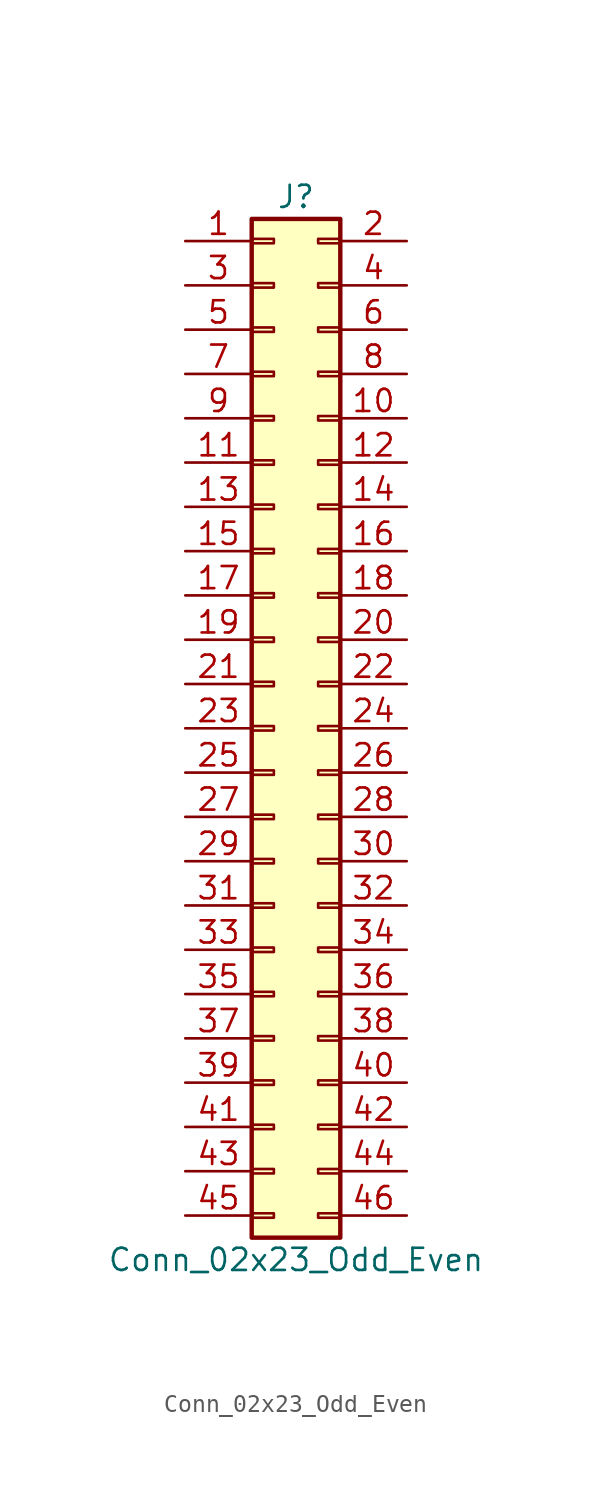
<source format=kicad_sym>
(kicad_symbol_lib
  (version 20201005)
  (generator kicad_symbol_editor)
  (symbol "Conn_02x23_Odd_Even"
    (pin_names
      (offset 1.016) hide)
    (property "Reference" "J"
      (at 1.27 30.48 0)
      (effects (font (size 1.27 1.27))))
    (property "Value" "Conn_02x23_Odd_Even"
      (at 1.27 -30.48 0)
      (effects (font (size 1.27 1.27))))
    (symbol "Conn_02x23_Odd_Even_1_1"
      (rectangle (start -1.27 -27.813) (end 0 -28.067) (stroke (width 0.152)) (fill (type none)))
      (rectangle (start -1.27 -25.273) (end 0 -25.527) (stroke (width 0.152)) (fill (type none)))
      (rectangle (start -1.27 -22.733) (end 0 -22.987) (stroke (width 0.152)) (fill (type none)))
      (rectangle (start -1.27 -20.193) (end 0 -20.447) (stroke (width 0.152)) (fill (type none)))
      (rectangle (start -1.27 -17.653) (end 0 -17.907) (stroke (width 0.152)) (fill (type none)))
      (rectangle (start -1.27 -15.113) (end 0 -15.367) (stroke (width 0.152)) (fill (type none)))
      (rectangle (start -1.27 -12.573) (end 0 -12.827) (stroke (width 0.152)) (fill (type none)))
      (rectangle (start -1.27 -10.033) (end 0 -10.287) (stroke (width 0.152)) (fill (type none)))
      (rectangle (start -1.27 -7.493) (end 0 -7.747) (stroke (width 0.152)) (fill (type none)))
      (rectangle (start -1.27 -4.953) (end 0 -5.207) (stroke (width 0.152)) (fill (type none)))
      (rectangle (start -1.27 -2.413) (end 0 -2.667) (stroke (width 0.152)) (fill (type none)))
      (rectangle (start -1.27 0.127) (end 0 -0.127) (stroke (width 0.152)) (fill (type none)))
      (rectangle (start -1.27 2.667) (end 0 2.413) (stroke (width 0.152)) (fill (type none)))
      (rectangle (start -1.27 5.207) (end 0 4.953) (stroke (width 0.152)) (fill (type none)))
      (rectangle (start -1.27 7.747) (end 0 7.493) (stroke (width 0.152)) (fill (type none)))
      (rectangle (start -1.27 10.287) (end 0 10.033) (stroke (width 0.152)) (fill (type none)))
      (rectangle (start -1.27 12.827) (end 0 12.573) (stroke (width 0.152)) (fill (type none)))
      (rectangle (start -1.27 15.367) (end 0 15.113) (stroke (width 0.152)) (fill (type none)))
      (rectangle (start -1.27 17.907) (end 0 17.653) (stroke (width 0.152)) (fill (type none)))
      (rectangle (start -1.27 20.447) (end 0 20.193) (stroke (width 0.152)) (fill (type none)))
      (rectangle (start -1.27 22.987) (end 0 22.733) (stroke (width 0.152)) (fill (type none)))
      (rectangle (start -1.27 25.527) (end 0 25.273) (stroke (width 0.152)) (fill (type none)))
      (rectangle (start -1.27 28.067) (end 0 27.813) (stroke (width 0.152)) (fill (type none)))
      (rectangle (start 3.81 -27.813) (end 2.54 -28.067) (stroke (width 0.152)) (fill (type none)))
      (rectangle (start 3.81 -25.273) (end 2.54 -25.527) (stroke (width 0.152)) (fill (type none)))
      (rectangle (start 3.81 -22.733) (end 2.54 -22.987) (stroke (width 0.152)) (fill (type none)))
      (rectangle (start 3.81 -20.193) (end 2.54 -20.447) (stroke (width 0.152)) (fill (type none)))
      (rectangle (start 3.81 -17.653) (end 2.54 -17.907) (stroke (width 0.152)) (fill (type none)))
      (rectangle (start 3.81 -15.113) (end 2.54 -15.367) (stroke (width 0.152)) (fill (type none)))
      (rectangle (start 3.81 -12.573) (end 2.54 -12.827) (stroke (width 0.152)) (fill (type none)))
      (rectangle (start 3.81 -10.033) (end 2.54 -10.287) (stroke (width 0.152)) (fill (type none)))
      (rectangle (start 3.81 -7.493) (end 2.54 -7.747) (stroke (width 0.152)) (fill (type none)))
      (rectangle (start 3.81 -4.953) (end 2.54 -5.207) (stroke (width 0.152)) (fill (type none)))
      (rectangle (start 3.81 -2.413) (end 2.54 -2.667) (stroke (width 0.152)) (fill (type none)))
      (rectangle (start 3.81 0.127) (end 2.54 -0.127) (stroke (width 0.152)) (fill (type none)))
      (rectangle (start 3.81 2.667) (end 2.54 2.413) (stroke (width 0.152)) (fill (type none)))
      (rectangle (start 3.81 5.207) (end 2.54 4.953) (stroke (width 0.152)) (fill (type none)))
      (rectangle (start 3.81 7.747) (end 2.54 7.493) (stroke (width 0.152)) (fill (type none)))
      (rectangle (start 3.81 10.287) (end 2.54 10.033) (stroke (width 0.152)) (fill (type none)))
      (rectangle (start 3.81 12.827) (end 2.54 12.573) (stroke (width 0.152)) (fill (type none)))
      (rectangle (start 3.81 15.367) (end 2.54 15.113) (stroke (width 0.152)) (fill (type none)))
      (rectangle (start 3.81 17.907) (end 2.54 17.653) (stroke (width 0.152)) (fill (type none)))
      (rectangle (start 3.81 20.447) (end 2.54 20.193) (stroke (width 0.152)) (fill (type none)))
      (rectangle (start 3.81 22.987) (end 2.54 22.733) (stroke (width 0.152)) (fill (type none)))
      (rectangle (start 3.81 25.527) (end 2.54 25.273) (stroke (width 0.152)) (fill (type none)))
      (rectangle (start 3.81 28.067) (end 2.54 27.813) (stroke (width 0.152)) (fill (type none)))
      (rectangle (start -1.27 29.21) (end 3.81 -29.21) (stroke (width 0.254)) (fill (type background)))
      (pin passive line (at -5.08 27.94 0) (length 3.81) (name "Pin_1" (effects (font (size 1.27 1.27)))) (number "1" (effects (font (size 1.27 1.27)))))
      (pin passive line (at 7.62 17.78 180) (length 3.81) (name "Pin_10" (effects (font (size 1.27 1.27)))) (number "10" (effects (font (size 1.27 1.27)))))
      (pin passive line (at -5.08 15.24 0) (length 3.81) (name "Pin_11" (effects (font (size 1.27 1.27)))) (number "11" (effects (font (size 1.27 1.27)))))
      (pin passive line (at 7.62 15.24 180) (length 3.81) (name "Pin_12" (effects (font (size 1.27 1.27)))) (number "12" (effects (font (size 1.27 1.27)))))
      (pin passive line (at -5.08 12.7 0) (length 3.81) (name "Pin_13" (effects (font (size 1.27 1.27)))) (number "13" (effects (font (size 1.27 1.27)))))
      (pin passive line (at 7.62 12.7 180) (length 3.81) (name "Pin_14" (effects (font (size 1.27 1.27)))) (number "14" (effects (font (size 1.27 1.27)))))
      (pin passive line (at -5.08 10.16 0) (length 3.81) (name "Pin_15" (effects (font (size 1.27 1.27)))) (number "15" (effects (font (size 1.27 1.27)))))
      (pin passive line (at 7.62 10.16 180) (length 3.81) (name "Pin_16" (effects (font (size 1.27 1.27)))) (number "16" (effects (font (size 1.27 1.27)))))
      (pin passive line (at -5.08 7.62 0) (length 3.81) (name "Pin_17" (effects (font (size 1.27 1.27)))) (number "17" (effects (font (size 1.27 1.27)))))
      (pin passive line (at 7.62 7.62 180) (length 3.81) (name "Pin_18" (effects (font (size 1.27 1.27)))) (number "18" (effects (font (size 1.27 1.27)))))
      (pin passive line (at -5.08 5.08 0) (length 3.81) (name "Pin_19" (effects (font (size 1.27 1.27)))) (number "19" (effects (font (size 1.27 1.27)))))
      (pin passive line (at 7.62 27.94 180) (length 3.81) (name "Pin_2" (effects (font (size 1.27 1.27)))) (number "2" (effects (font (size 1.27 1.27)))))
      (pin passive line (at 7.62 5.08 180) (length 3.81) (name "Pin_20" (effects (font (size 1.27 1.27)))) (number "20" (effects (font (size 1.27 1.27)))))
      (pin passive line (at -5.08 2.54 0) (length 3.81) (name "Pin_21" (effects (font (size 1.27 1.27)))) (number "21" (effects (font (size 1.27 1.27)))))
      (pin passive line (at 7.62 2.54 180) (length 3.81) (name "Pin_22" (effects (font (size 1.27 1.27)))) (number "22" (effects (font (size 1.27 1.27)))))
      (pin passive line (at -5.08 0 0) (length 3.81) (name "Pin_23" (effects (font (size 1.27 1.27)))) (number "23" (effects (font (size 1.27 1.27)))))
      (pin passive line (at 7.62 0 180) (length 3.81) (name "Pin_24" (effects (font (size 1.27 1.27)))) (number "24" (effects (font (size 1.27 1.27)))))
      (pin passive line (at -5.08 -2.54 0) (length 3.81) (name "Pin_25" (effects (font (size 1.27 1.27)))) (number "25" (effects (font (size 1.27 1.27)))))
      (pin passive line (at 7.62 -2.54 180) (length 3.81) (name "Pin_26" (effects (font (size 1.27 1.27)))) (number "26" (effects (font (size 1.27 1.27)))))
      (pin passive line (at -5.08 -5.08 0) (length 3.81) (name "Pin_27" (effects (font (size 1.27 1.27)))) (number "27" (effects (font (size 1.27 1.27)))))
      (pin passive line (at 7.62 -5.08 180) (length 3.81) (name "Pin_28" (effects (font (size 1.27 1.27)))) (number "28" (effects (font (size 1.27 1.27)))))
      (pin passive line (at -5.08 -7.62 0) (length 3.81) (name "Pin_29" (effects (font (size 1.27 1.27)))) (number "29" (effects (font (size 1.27 1.27)))))
      (pin passive line (at -5.08 25.4 0) (length 3.81) (name "Pin_3" (effects (font (size 1.27 1.27)))) (number "3" (effects (font (size 1.27 1.27)))))
      (pin passive line (at 7.62 -7.62 180) (length 3.81) (name "Pin_30" (effects (font (size 1.27 1.27)))) (number "30" (effects (font (size 1.27 1.27)))))
      (pin passive line (at -5.08 -10.16 0) (length 3.81) (name "Pin_31" (effects (font (size 1.27 1.27)))) (number "31" (effects (font (size 1.27 1.27)))))
      (pin passive line (at 7.62 -10.16 180) (length 3.81) (name "Pin_32" (effects (font (size 1.27 1.27)))) (number "32" (effects (font (size 1.27 1.27)))))
      (pin passive line (at -5.08 -12.7 0) (length 3.81) (name "Pin_33" (effects (font (size 1.27 1.27)))) (number "33" (effects (font (size 1.27 1.27)))))
      (pin passive line (at 7.62 -12.7 180) (length 3.81) (name "Pin_34" (effects (font (size 1.27 1.27)))) (number "34" (effects (font (size 1.27 1.27)))))
      (pin passive line (at -5.08 -15.24 0) (length 3.81) (name "Pin_35" (effects (font (size 1.27 1.27)))) (number "35" (effects (font (size 1.27 1.27)))))
      (pin passive line (at 7.62 -15.24 180) (length 3.81) (name "Pin_36" (effects (font (size 1.27 1.27)))) (number "36" (effects (font (size 1.27 1.27)))))
      (pin passive line (at -5.08 -17.78 0) (length 3.81) (name "Pin_37" (effects (font (size 1.27 1.27)))) (number "37" (effects (font (size 1.27 1.27)))))
      (pin passive line (at 7.62 -17.78 180) (length 3.81) (name "Pin_38" (effects (font (size 1.27 1.27)))) (number "38" (effects (font (size 1.27 1.27)))))
      (pin passive line (at -5.08 -20.32 0) (length 3.81) (name "Pin_39" (effects (font (size 1.27 1.27)))) (number "39" (effects (font (size 1.27 1.27)))))
      (pin passive line (at 7.62 25.4 180) (length 3.81) (name "Pin_4" (effects (font (size 1.27 1.27)))) (number "4" (effects (font (size 1.27 1.27)))))
      (pin passive line (at 7.62 -20.32 180) (length 3.81) (name "Pin_40" (effects (font (size 1.27 1.27)))) (number "40" (effects (font (size 1.27 1.27)))))
      (pin passive line (at -5.08 -22.86 0) (length 3.81) (name "Pin_41" (effects (font (size 1.27 1.27)))) (number "41" (effects (font (size 1.27 1.27)))))
      (pin passive line (at 7.62 -22.86 180) (length 3.81) (name "Pin_42" (effects (font (size 1.27 1.27)))) (number "42" (effects (font (size 1.27 1.27)))))
      (pin passive line (at -5.08 -25.4 0) (length 3.81) (name "Pin_43" (effects (font (size 1.27 1.27)))) (number "43" (effects (font (size 1.27 1.27)))))
      (pin passive line (at 7.62 -25.4 180) (length 3.81) (name "Pin_44" (effects (font (size 1.27 1.27)))) (number "44" (effects (font (size 1.27 1.27)))))
      (pin passive line (at -5.08 -27.94 0) (length 3.81) (name "Pin_45" (effects (font (size 1.27 1.27)))) (number "45" (effects (font (size 1.27 1.27)))))
      (pin passive line (at 7.62 -27.94 180) (length 3.81) (name "Pin_46" (effects (font (size 1.27 1.27)))) (number "46" (effects (font (size 1.27 1.27)))))
      (pin passive line (at -5.08 22.86 0) (length 3.81) (name "Pin_5" (effects (font (size 1.27 1.27)))) (number "5" (effects (font (size 1.27 1.27)))))
      (pin passive line (at 7.62 22.86 180) (length 3.81) (name "Pin_6" (effects (font (size 1.27 1.27)))) (number "6" (effects (font (size 1.27 1.27)))))
      (pin passive line (at -5.08 20.32 0) (length 3.81) (name "Pin_7" (effects (font (size 1.27 1.27)))) (number "7" (effects (font (size 1.27 1.27)))))
      (pin passive line (at 7.62 20.32 180) (length 3.81) (name "Pin_8" (effects (font (size 1.27 1.27)))) (number "8" (effects (font (size 1.27 1.27)))))
      (pin passive line (at -5.08 17.78 0) (length 3.81) (name "Pin_9" (effects (font (size 1.27 1.27)))) (number "9" (effects (font (size 1.27 1.27))))))))
</source>
